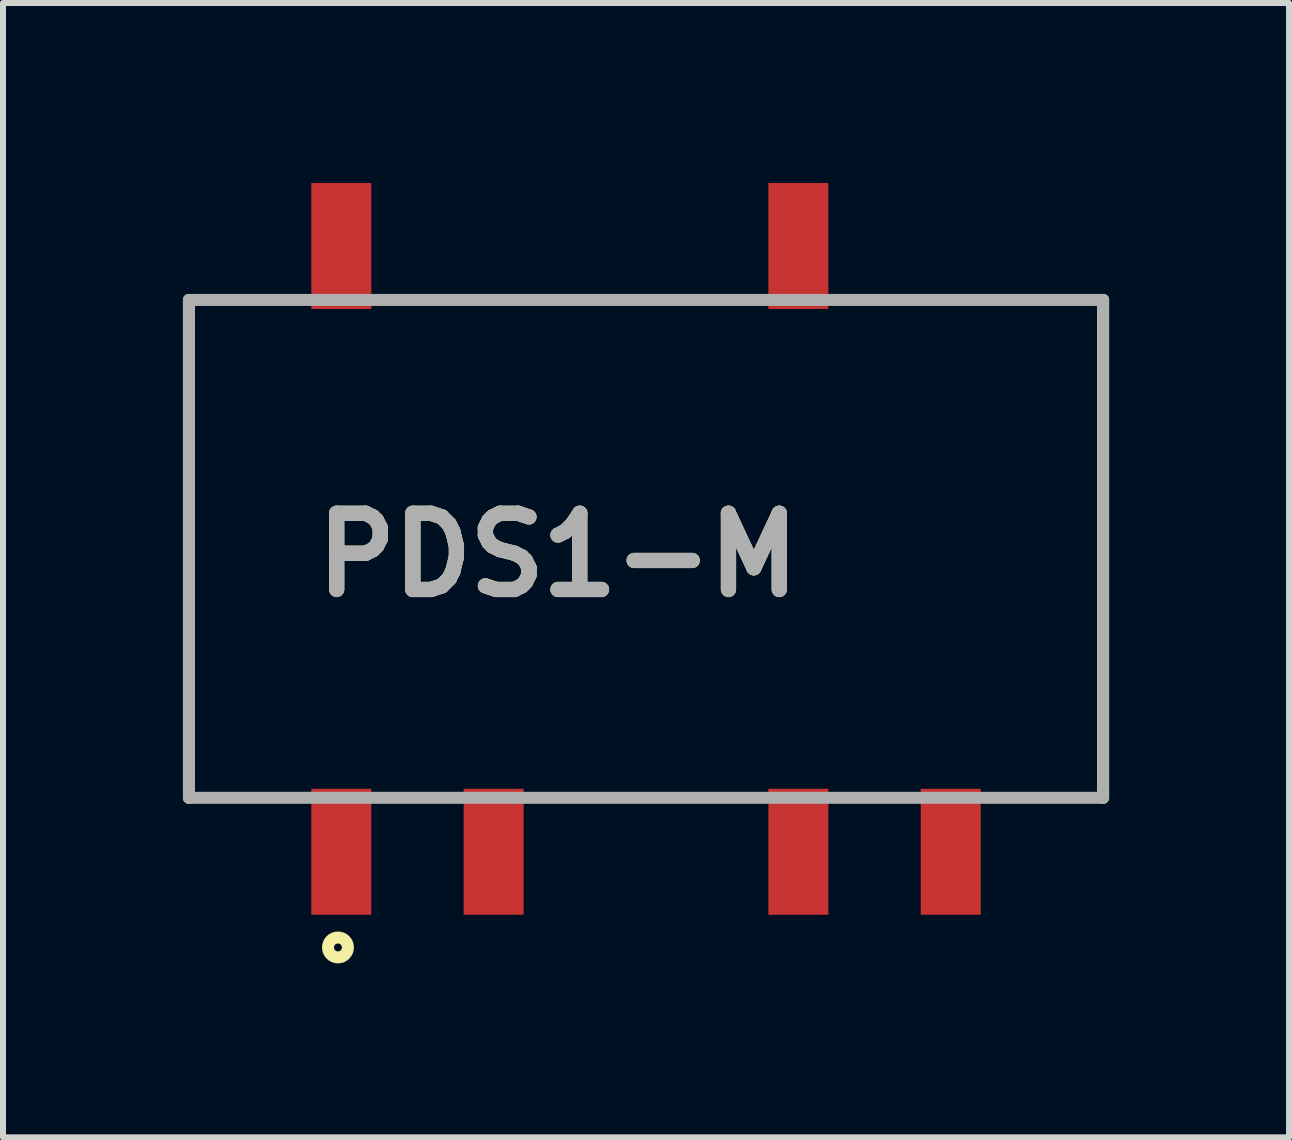
<source format=kicad_pcb>
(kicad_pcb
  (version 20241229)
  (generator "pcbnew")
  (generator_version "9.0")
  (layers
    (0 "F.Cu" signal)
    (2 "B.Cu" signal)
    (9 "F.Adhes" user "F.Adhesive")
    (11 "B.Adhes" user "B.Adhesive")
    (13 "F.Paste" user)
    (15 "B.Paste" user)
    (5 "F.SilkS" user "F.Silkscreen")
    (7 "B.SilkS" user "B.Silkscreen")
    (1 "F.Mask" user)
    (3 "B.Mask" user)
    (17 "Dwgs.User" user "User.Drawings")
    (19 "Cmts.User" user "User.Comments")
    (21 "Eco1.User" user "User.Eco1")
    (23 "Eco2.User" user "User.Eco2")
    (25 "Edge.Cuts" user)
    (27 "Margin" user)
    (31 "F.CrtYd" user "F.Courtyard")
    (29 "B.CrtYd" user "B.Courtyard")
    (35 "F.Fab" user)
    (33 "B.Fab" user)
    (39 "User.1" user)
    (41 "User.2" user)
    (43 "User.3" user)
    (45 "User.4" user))
  (footprint "PDS1-M"
    (layer "F.Cu")
    (at 7.72 6.1)
    (property "Reference" "PDS1-M" (at -1.468 0.103 0) (layer "F.SilkS") (effects (font (size 1.27 1.27) (thickness 0.254))))
    (attr smd)
    (fp_line (start -7.62 -4.15) (end -7.62 4.15) (stroke (width 0.2) (type solid)) (layer "F.SilkS"))
    (fp_line (start 7.62 4.15) (end 7.62 -4.15) (stroke (width 0.2) (type solid)) (layer "F.SilkS"))
    (fp_circle (center -5.136 6.645) (end -5.136 6.711) (stroke (width 0.2) (type solid)) (fill no) (layer "F.SilkS"))
    (fp_line (start -7.62 -4.15) (end 7.62 -4.15) (stroke (width 0.2) (type solid)) (layer "F.Fab"))
    (fp_line (start -7.62 4.15) (end -7.62 -4.15) (stroke (width 0.2) (type solid)) (layer "F.Fab"))
    (fp_line (start 7.62 -4.15) (end 7.62 4.15) (stroke (width 0.2) (type solid)) (layer "F.Fab"))
    (fp_line (start 7.62 4.15) (end -7.62 4.15) (stroke (width 0.2) (type solid)) (layer "F.Fab"))
    (fp_text user "${REFERENCE}" (at -1.468 0.103 0) (layer "F.Fab") (effects (font (size 1.27 1.27) (thickness 0.254))))
    (pad "1" smd rect (at -5.08 5.05) (size 1 2.1) (layers "F.Cu" "F.Mask" "F.Paste"))
    (pad "2" smd rect (at -2.54 5.05) (size 1 2.1) (layers "F.Cu" "F.Mask" "F.Paste"))
    (pad "4" smd rect (at 2.54 5.05) (size 1 2.1) (layers "F.Cu" "F.Mask" "F.Paste"))
    (pad "5" smd rect (at 5.08 5.05) (size 1 2.1) (layers "F.Cu" "F.Mask" "F.Paste"))
    (pad "7" smd rect (at 2.54 -5.05) (size 1 2.1) (layers "F.Cu" "F.Mask" "F.Paste"))
    (pad "10" smd rect (at -5.08 -5.05) (size 1 2.1) (layers "F.Cu" "F.Mask" "F.Paste")))
  (gr_rect
    (start -3 -3)
    (end 18.44 15.911)
    (stroke (width 0.1) (type default))
    (fill no)
    (layer "Edge.Cuts")))
</source>
